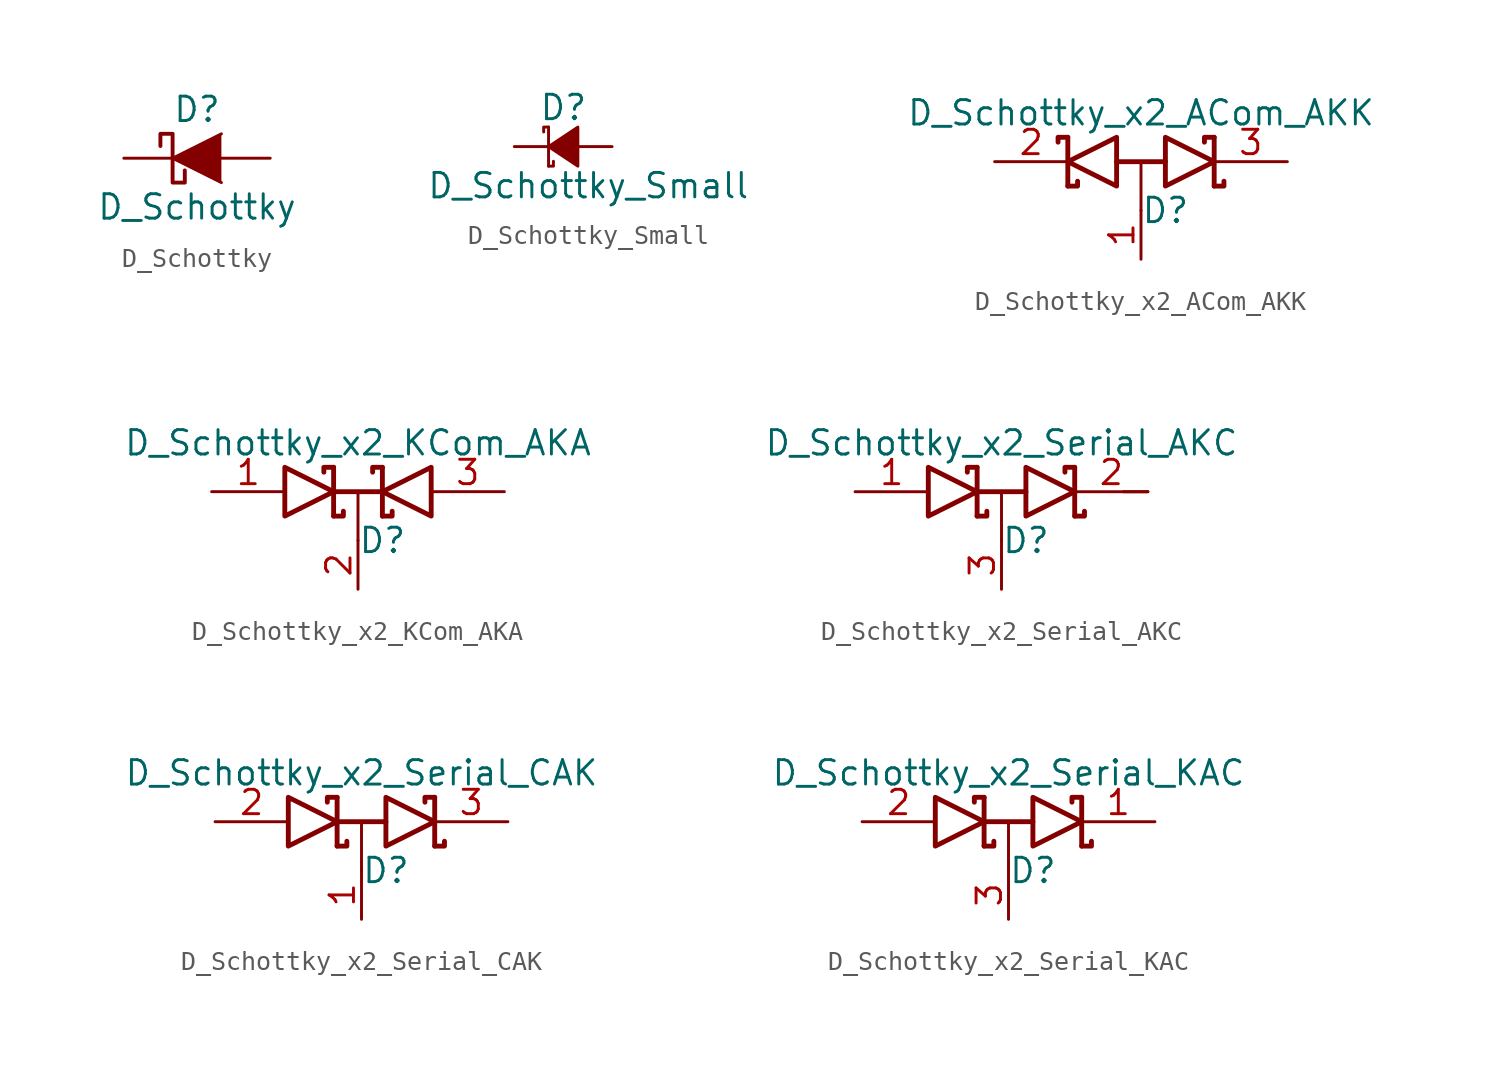
<source format=kicad_sym>
(kicad_symbol_lib
  (version 20211014)
  (generator kicad_symbol_editor)
  (symbol "D_Schottky"
    (pin_numbers hide)
    (pin_names
      (offset 1.016) hide)
    (property "Reference" "D"
      (at 0 2.54 0)
      (effects (font (size 1.27 1.27))))
    (property "Value" "D_Schottky"
      (at 0 -2.54 0)
      (effects (font (size 1.27 1.27))))
    (property "Footprint" ""
      (at 0 0 0)
      (effects (font (size 1.524 1.524))))
    (property "Datasheet" ""
      (at 0 0 0)
      (effects (font (size 1.524 1.524))))
    (symbol "D_Schottky_0_1"
      (polyline (pts (xy 1.27 1.27) (xy -1.27 0) (xy 1.27 -1.27)) (stroke (width 0) (type default) (color 0 0 0 0)) (fill (type outline)))
      (polyline (pts (xy -1.905 0.635) (xy -1.905 1.27) (xy -1.27 1.27) (xy -1.27 -1.27) (xy -0.635 -1.27) (xy -0.635 -0.635)) (stroke (width 0.203) (type default) (color 0 0 0 0)) (fill (type none))))
    (symbol "D_Schottky_1_1"
      (pin passive line (at -3.81 0 0) (length 2.54) (name "K" (effects (font (size 1.27 1.27)))) (number "1" (effects (font (size 1.27 1.27)))))
      (pin passive line (at 3.81 0 180) (length 2.54) (name "A" (effects (font (size 1.27 1.27)))) (number "2" (effects (font (size 1.27 1.27)))))))
  (symbol "D_Schottky_Small"
    (pin_numbers hide)
    (pin_names
      (offset 0.254) hide)
    (property "Reference" "D"
      (at -1.27 2.032 0)
      (effects (font (size 1.27 1.27)) (justify left)))
    (property "Value" "D_Schottky_Small"
      (at -7.112 -2.032 0)
      (effects (font (size 1.27 1.27)) (justify left)))
    (property "Footprint" ""
      (at 0 0 90)
      (effects (font (size 1.524 1.524))))
    (property "Datasheet" ""
      (at 0 0 90)
      (effects (font (size 1.524 1.524))))
    (symbol "D_Schottky_Small_0_1"
      (polyline (pts (xy -0.762 -1.016) (xy -0.762 1.016)) (stroke (width 0) (type default) (color 0 0 0 0)) (fill (type none)))
      (polyline (pts (xy -0.762 -1.016) (xy -0.508 -1.016) (xy -0.508 -0.762)) (stroke (width 0) (type default) (color 0 0 0 0)) (fill (type none)))
      (polyline (pts (xy -0.762 1.016) (xy -1.016 1.016) (xy -1.016 0.762)) (stroke (width 0) (type default) (color 0 0 0 0)) (fill (type none)))
      (polyline (pts (xy 0.762 -1.016) (xy -0.762 0) (xy 0.762 1.016) (xy 0.762 -1.016)) (stroke (width 0) (type default) (color 0 0 0 0)) (fill (type outline))))
    (symbol "D_Schottky_Small_1_1"
      (pin passive line (at -2.54 0 0) (length 1.778) (name "K" (effects (font (size 1.27 1.27)))) (number "1" (effects (font (size 1.27 1.27)))))
      (pin passive line (at 2.54 0 180) (length 1.778) (name "A" (effects (font (size 1.27 1.27)))) (number "2" (effects (font (size 1.27 1.27)))))))
  (symbol "D_Schottky_x2_ACom_AKK"
    (pin_names
      (offset 0.762) hide)
    (property "Reference" "D"
      (at 1.27 -2.54 0)
      (effects (font (size 1.27 1.27))))
    (property "Value" "D_Schottky_x2_ACom_AKK"
      (at 0 2.54 0)
      (effects (font (size 1.27 1.27))))
    (property "Footprint" ""
      (at 0 0 0)
      (effects (font (size 1.524 1.524))))
    (property "Datasheet" ""
      (at 0 0 0)
      (effects (font (size 1.524 1.524))))
    (symbol "D_Schottky_x2_ACom_AKK_0_1"
      (polyline (pts (xy 0 0) (xy 0 -2.54)) (stroke (width 0) (type default) (color 0 0 0 0)) (fill (type none)))
      (polyline (pts (xy -3.81 1.27) (xy -3.81 -1.27) (xy -3.81 -1.27)) (stroke (width 0.254) (type default) (color 0 0 0 0)) (fill (type none)))
      (polyline (pts (xy -1.27 0) (xy 1.27 0) (xy 1.27 0)) (stroke (width 0.254) (type default) (color 0 0 0 0)) (fill (type none)))
      (polyline (pts (xy 3.81 1.27) (xy 3.81 -1.27) (xy 3.81 -1.27)) (stroke (width 0.254) (type default) (color 0 0 0 0)) (fill (type none)))
      (polyline (pts (xy -3.81 1.27) (xy -4.318 1.27) (xy -4.318 1.016) (xy -4.318 1.016)) (stroke (width 0.254) (type default) (color 0 0 0 0)) (fill (type none)))
      (polyline (pts (xy 3.81 -1.27) (xy 4.318 -1.27) (xy 4.318 -1.016) (xy 4.318 -1.016)) (stroke (width 0.254) (type default) (color 0 0 0 0)) (fill (type none)))
      (polyline (pts (xy 3.81 1.27) (xy 3.302 1.27) (xy 3.302 1.016) (xy 3.302 1.016)) (stroke (width 0.254) (type default) (color 0 0 0 0)) (fill (type none)))
      (polyline (pts (xy -3.302 -1.016) (xy -3.302 -1.27) (xy -3.81 -1.27) (xy -3.81 -1.27) (xy -3.81 -1.27)) (stroke (width 0.254) (type default) (color 0 0 0 0)) (fill (type none)))
      (polyline (pts (xy -1.27 -1.27) (xy -3.81 0) (xy -1.27 1.27) (xy -1.27 -1.27) (xy -1.27 -1.27) (xy -1.27 -1.27)) (stroke (width 0.254) (type default) (color 0 0 0 0)) (fill (type none)))
      (polyline (pts (xy 1.27 1.27) (xy 3.81 0) (xy 1.27 -1.27) (xy 1.27 1.27) (xy 1.27 1.27) (xy 1.27 1.27)) (stroke (width 0.254) (type default) (color 0 0 0 0)) (fill (type none)))
      (pin passive line (at 0 -5.08 90) (length 2.54) (name "A" (effects (font (size 1.27 1.27)))) (number "1" (effects (font (size 1.27 1.27)))))
      (pin passive line (at -7.62 0 0) (length 3.81) (name "K" (effects (font (size 1.27 1.27)))) (number "2" (effects (font (size 1.27 1.27)))))
      (pin passive line (at 7.62 0 180) (length 3.81) (name "K" (effects (font (size 1.27 1.27)))) (number "3" (effects (font (size 1.27 1.27)))))))
  (symbol "D_Schottky_x2_KCom_AKA"
    (pin_names
      (offset 0.762) hide)
    (property "Reference" "D"
      (at 1.27 -2.54 0)
      (effects (font (size 1.27 1.27))))
    (property "Value" "D_Schottky_x2_KCom_AKA"
      (at 0 2.54 0)
      (effects (font (size 1.27 1.27))))
    (property "Footprint" ""
      (at 0 0 0)
      (effects (font (size 1.524 1.524))))
    (property "Datasheet" ""
      (at 0 0 0)
      (effects (font (size 1.524 1.524))))
    (symbol "D_Schottky_x2_KCom_AKA_0_1"
      (polyline (pts (xy 0 0) (xy 0 -2.54)) (stroke (width 0) (type default) (color 0 0 0 0)) (fill (type none)))
      (polyline (pts (xy -1.27 -1.27) (xy -1.27 1.27) (xy -1.27 1.27)) (stroke (width 0.254) (type default) (color 0 0 0 0)) (fill (type none)))
      (polyline (pts (xy -1.27 0) (xy 1.27 0) (xy 1.27 0)) (stroke (width 0.254) (type default) (color 0 0 0 0)) (fill (type none)))
      (polyline (pts (xy 1.27 -1.27) (xy 1.27 1.27) (xy 1.27 1.27)) (stroke (width 0.254) (type default) (color 0 0 0 0)) (fill (type none)))
      (polyline (pts (xy -1.27 -1.27) (xy -0.762 -1.27) (xy -0.762 -1.016) (xy -0.762 -1.016)) (stroke (width 0.254) (type default) (color 0 0 0 0)) (fill (type none)))
      (polyline (pts (xy 1.27 -1.27) (xy 1.778 -1.27) (xy 1.778 -1.016) (xy 1.778 -1.016)) (stroke (width 0.254) (type default) (color 0 0 0 0)) (fill (type none)))
      (polyline (pts (xy 1.27 1.27) (xy 0.762 1.27) (xy 0.762 1.016) (xy 0.762 1.016)) (stroke (width 0.254) (type default) (color 0 0 0 0)) (fill (type none)))
      (polyline (pts (xy -1.778 1.016) (xy -1.778 1.27) (xy -1.27 1.27) (xy -1.27 1.27) (xy -1.27 1.27)) (stroke (width 0.254) (type default) (color 0 0 0 0)) (fill (type none)))
      (polyline (pts (xy -3.81 1.27) (xy -1.27 0) (xy -3.81 -1.27) (xy -3.81 1.27) (xy -3.81 1.27) (xy -3.81 1.27)) (stroke (width 0.254) (type default) (color 0 0 0 0)) (fill (type none)))
      (polyline (pts (xy 3.81 -1.27) (xy 1.27 0) (xy 3.81 1.27) (xy 3.81 -1.27) (xy 3.81 -1.27) (xy 3.81 -1.27)) (stroke (width 0.254) (type default) (color 0 0 0 0)) (fill (type none)))
      (pin passive line (at -7.62 0 0) (length 3.81) (name "A" (effects (font (size 1.27 1.27)))) (number "1" (effects (font (size 1.27 1.27)))))
      (pin passive line (at 0 -5.08 90) (length 2.54) (name "K" (effects (font (size 1.27 1.27)))) (number "2" (effects (font (size 1.27 1.27)))))
      (pin passive line (at 7.62 0 180) (length 3.81) (name "A" (effects (font (size 1.27 1.27)))) (number "3" (effects (font (size 1.27 1.27)))))))
  (symbol "D_Schottky_x2_Serial_AKC"
    (pin_names
      (offset 0.762) hide)
    (property "Reference" "D"
      (at 1.27 -2.54 0)
      (effects (font (size 1.27 1.27))))
    (property "Value" "D_Schottky_x2_Serial_AKC"
      (at 0 2.54 0)
      (effects (font (size 1.27 1.27))))
    (property "Footprint" ""
      (at 0 0 0)
      (effects (font (size 1.524 1.524))))
    (property "Datasheet" ""
      (at 0 0 0)
      (effects (font (size 1.524 1.524))))
    (symbol "D_Schottky_x2_Serial_AKC_0_1"
      (polyline (pts (xy 0 0) (xy 0 -2.54)) (stroke (width 0) (type default) (color 0 0 0 0)) (fill (type none)))
      (polyline (pts (xy 6.35 0) (xy 7.62 0)) (stroke (width 0) (type default) (color 0 0 0 0)) (fill (type none)))
      (polyline (pts (xy -1.27 -1.27) (xy -1.27 1.27) (xy -1.27 1.27)) (stroke (width 0.254) (type default) (color 0 0 0 0)) (fill (type none)))
      (polyline (pts (xy -1.27 0) (xy 1.27 0) (xy 1.27 0)) (stroke (width 0.254) (type default) (color 0 0 0 0)) (fill (type none)))
      (polyline (pts (xy 3.81 1.27) (xy 3.81 -1.27) (xy 3.81 -1.27)) (stroke (width 0.254) (type default) (color 0 0 0 0)) (fill (type none)))
      (polyline (pts (xy -1.27 -1.27) (xy -0.762 -1.27) (xy -0.762 -1.016) (xy -0.762 -1.016)) (stroke (width 0.254) (type default) (color 0 0 0 0)) (fill (type none)))
      (polyline (pts (xy 3.81 -1.27) (xy 4.318 -1.27) (xy 4.318 -1.016) (xy 4.318 -1.016)) (stroke (width 0.254) (type default) (color 0 0 0 0)) (fill (type none)))
      (polyline (pts (xy 3.81 1.27) (xy 3.302 1.27) (xy 3.302 1.016) (xy 3.302 1.016)) (stroke (width 0.254) (type default) (color 0 0 0 0)) (fill (type none)))
      (polyline (pts (xy -1.778 1.016) (xy -1.778 1.27) (xy -1.27 1.27) (xy -1.27 1.27) (xy -1.27 1.27)) (stroke (width 0.254) (type default) (color 0 0 0 0)) (fill (type none)))
      (polyline (pts (xy -3.81 1.27) (xy -1.27 0) (xy -3.81 -1.27) (xy -3.81 1.27) (xy -3.81 1.27) (xy -3.81 1.27)) (stroke (width 0.254) (type default) (color 0 0 0 0)) (fill (type none)))
      (polyline (pts (xy 1.27 1.27) (xy 3.81 0) (xy 1.27 -1.27) (xy 1.27 1.27) (xy 1.27 1.27) (xy 1.27 1.27)) (stroke (width 0.254) (type default) (color 0 0 0 0)) (fill (type none)))
      (pin passive line (at -7.62 0 0) (length 3.81) (name "A" (effects (font (size 1.27 1.27)))) (number "1" (effects (font (size 1.27 1.27)))))
      (pin passive line (at 7.62 0 180) (length 3.81) (name "K" (effects (font (size 1.27 1.27)))) (number "2" (effects (font (size 1.27 1.27)))))
      (pin passive line (at 0 -5.08 90) (length 2.54) (name "common" (effects (font (size 1.27 1.27)))) (number "3" (effects (font (size 1.27 1.27)))))))
  (symbol "D_Schottky_x2_Serial_CAK"
    (pin_names
      (offset 0.762) hide)
    (property "Reference" "D"
      (at 1.27 -2.54 0)
      (effects (font (size 1.27 1.27))))
    (property "Value" "D_Schottky_x2_Serial_CAK"
      (at 0 2.54 0)
      (effects (font (size 1.27 1.27))))
    (property "Footprint" ""
      (at 0 0 0)
      (effects (font (size 1.524 1.524))))
    (property "Datasheet" ""
      (at 0 0 0)
      (effects (font (size 1.524 1.524))))
    (symbol "D_Schottky_x2_Serial_CAK_0_1"
      (polyline (pts (xy 0 0) (xy 0 -2.54)) (stroke (width 0) (type default) (color 0 0 0 0)) (fill (type none)))
      (polyline (pts (xy -1.27 -1.27) (xy -1.27 1.27) (xy -1.27 1.27)) (stroke (width 0.254) (type default) (color 0 0 0 0)) (fill (type none)))
      (polyline (pts (xy -1.27 0) (xy 1.27 0) (xy 1.27 0)) (stroke (width 0.254) (type default) (color 0 0 0 0)) (fill (type none)))
      (polyline (pts (xy 3.81 1.27) (xy 3.81 -1.27) (xy 3.81 -1.27)) (stroke (width 0.254) (type default) (color 0 0 0 0)) (fill (type none)))
      (polyline (pts (xy -1.27 -1.27) (xy -0.762 -1.27) (xy -0.762 -1.016) (xy -0.762 -1.016)) (stroke (width 0.254) (type default) (color 0 0 0 0)) (fill (type none)))
      (polyline (pts (xy 3.81 -1.27) (xy 4.318 -1.27) (xy 4.318 -1.016) (xy 4.318 -1.016)) (stroke (width 0.254) (type default) (color 0 0 0 0)) (fill (type none)))
      (polyline (pts (xy 3.81 1.27) (xy 3.302 1.27) (xy 3.302 1.016) (xy 3.302 1.016)) (stroke (width 0.254) (type default) (color 0 0 0 0)) (fill (type none)))
      (polyline (pts (xy -1.778 1.016) (xy -1.778 1.27) (xy -1.27 1.27) (xy -1.27 1.27) (xy -1.27 1.27)) (stroke (width 0.254) (type default) (color 0 0 0 0)) (fill (type none)))
      (polyline (pts (xy -3.81 1.27) (xy -1.27 0) (xy -3.81 -1.27) (xy -3.81 1.27) (xy -3.81 1.27) (xy -3.81 1.27)) (stroke (width 0.254) (type default) (color 0 0 0 0)) (fill (type none)))
      (polyline (pts (xy 1.27 1.27) (xy 3.81 0) (xy 1.27 -1.27) (xy 1.27 1.27) (xy 1.27 1.27) (xy 1.27 1.27)) (stroke (width 0.254) (type default) (color 0 0 0 0)) (fill (type none)))
      (pin passive line (at 0 -5.08 90) (length 2.54) (name "common" (effects (font (size 1.27 1.27)))) (number "1" (effects (font (size 1.27 1.27)))))
      (pin passive line (at -7.62 0 0) (length 3.81) (name "A" (effects (font (size 1.27 1.27)))) (number "2" (effects (font (size 1.27 1.27)))))
      (pin passive line (at 7.62 0 180) (length 3.81) (name "K" (effects (font (size 1.27 1.27)))) (number "3" (effects (font (size 1.27 1.27)))))))
  (symbol "D_Schottky_x2_Serial_KAC"
    (pin_names
      (offset 0.762) hide)
    (property "Reference" "D"
      (at 1.27 -2.54 0)
      (effects (font (size 1.27 1.27))))
    (property "Value" "D_Schottky_x2_Serial_KAC"
      (at 0 2.54 0)
      (effects (font (size 1.27 1.27))))
    (property "Footprint" ""
      (at 0 0 0)
      (effects (font (size 1.524 1.524))))
    (property "Datasheet" ""
      (at 0 0 0)
      (effects (font (size 1.524 1.524))))
    (symbol "D_Schottky_x2_Serial_KAC_0_1"
      (polyline (pts (xy 0 0) (xy 0 -2.54)) (stroke (width 0) (type default) (color 0 0 0 0)) (fill (type none)))
      (polyline (pts (xy -1.27 -1.27) (xy -1.27 1.27) (xy -1.27 1.27)) (stroke (width 0.254) (type default) (color 0 0 0 0)) (fill (type none)))
      (polyline (pts (xy -1.27 0) (xy 1.27 0) (xy 1.27 0)) (stroke (width 0.254) (type default) (color 0 0 0 0)) (fill (type none)))
      (polyline (pts (xy 3.81 1.27) (xy 3.81 -1.27) (xy 3.81 -1.27)) (stroke (width 0.254) (type default) (color 0 0 0 0)) (fill (type none)))
      (polyline (pts (xy -1.27 -1.27) (xy -0.762 -1.27) (xy -0.762 -1.016) (xy -0.762 -1.016)) (stroke (width 0.254) (type default) (color 0 0 0 0)) (fill (type none)))
      (polyline (pts (xy 3.81 -1.27) (xy 4.318 -1.27) (xy 4.318 -1.016) (xy 4.318 -1.016)) (stroke (width 0.254) (type default) (color 0 0 0 0)) (fill (type none)))
      (polyline (pts (xy 3.81 1.27) (xy 3.302 1.27) (xy 3.302 1.016) (xy 3.302 1.016)) (stroke (width 0.254) (type default) (color 0 0 0 0)) (fill (type none)))
      (polyline (pts (xy -1.778 1.016) (xy -1.778 1.27) (xy -1.27 1.27) (xy -1.27 1.27) (xy -1.27 1.27)) (stroke (width 0.254) (type default) (color 0 0 0 0)) (fill (type none)))
      (polyline (pts (xy -3.81 1.27) (xy -1.27 0) (xy -3.81 -1.27) (xy -3.81 1.27) (xy -3.81 1.27) (xy -3.81 1.27)) (stroke (width 0.254) (type default) (color 0 0 0 0)) (fill (type none)))
      (polyline (pts (xy 1.27 1.27) (xy 3.81 0) (xy 1.27 -1.27) (xy 1.27 1.27) (xy 1.27 1.27) (xy 1.27 1.27)) (stroke (width 0.254) (type default) (color 0 0 0 0)) (fill (type none)))
      (pin passive line (at 7.62 0 180) (length 3.81) (name "K" (effects (font (size 1.27 1.27)))) (number "1" (effects (font (size 1.27 1.27)))))
      (pin passive line (at -7.62 0 0) (length 3.81) (name "A" (effects (font (size 1.27 1.27)))) (number "2" (effects (font (size 1.27 1.27)))))
      (pin passive line (at 0 -5.08 90) (length 2.54) (name "common" (effects (font (size 1.27 1.27)))) (number "3" (effects (font (size 1.27 1.27))))))))
</source>
